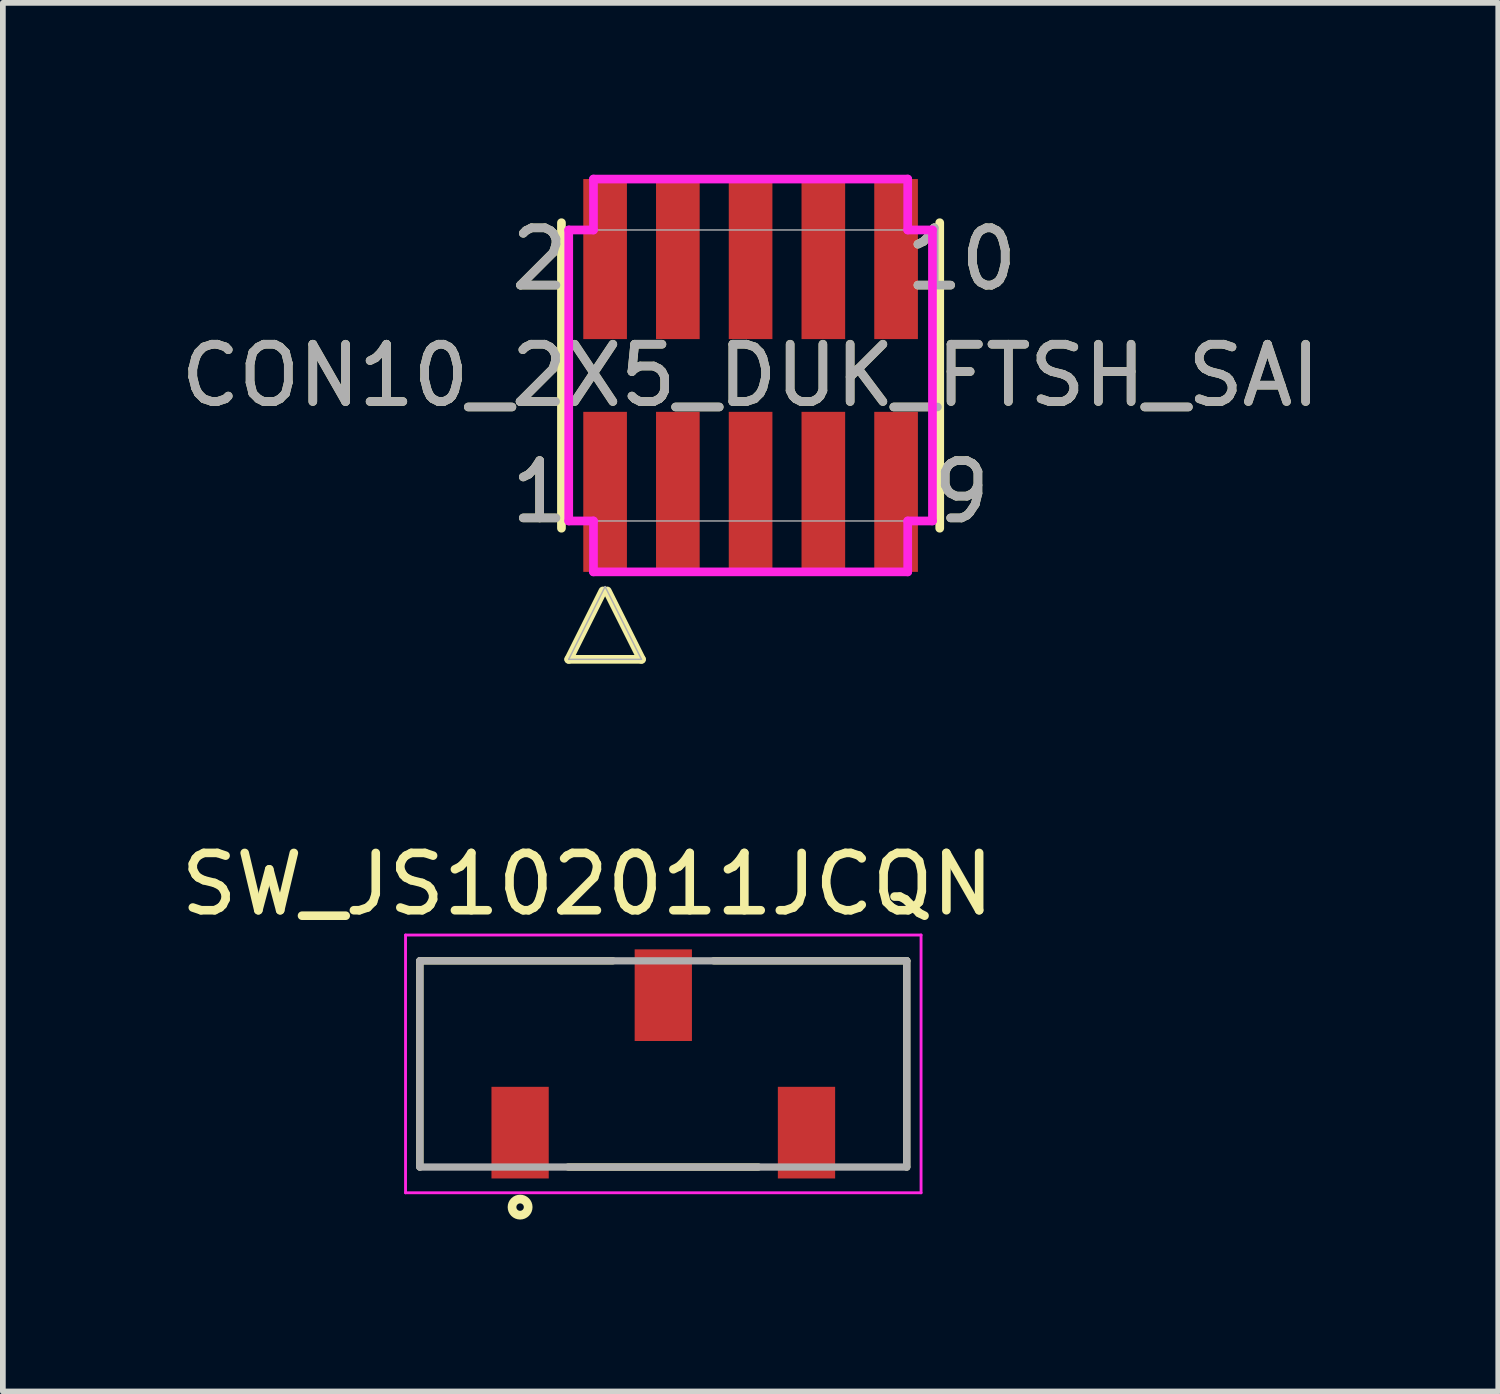
<source format=kicad_pcb>
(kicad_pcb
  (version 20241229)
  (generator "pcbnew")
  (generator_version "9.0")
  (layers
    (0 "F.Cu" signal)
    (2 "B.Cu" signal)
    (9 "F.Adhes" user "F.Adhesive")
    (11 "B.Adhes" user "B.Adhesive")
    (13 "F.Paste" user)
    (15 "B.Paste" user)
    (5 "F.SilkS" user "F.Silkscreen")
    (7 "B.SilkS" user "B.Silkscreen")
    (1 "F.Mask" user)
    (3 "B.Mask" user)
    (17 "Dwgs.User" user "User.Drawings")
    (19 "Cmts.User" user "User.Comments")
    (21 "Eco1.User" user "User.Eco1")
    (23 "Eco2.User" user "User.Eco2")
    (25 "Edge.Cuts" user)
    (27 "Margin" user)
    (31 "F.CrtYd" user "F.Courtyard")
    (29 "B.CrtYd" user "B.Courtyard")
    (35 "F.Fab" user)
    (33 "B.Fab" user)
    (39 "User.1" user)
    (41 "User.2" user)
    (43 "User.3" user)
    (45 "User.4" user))
  (footprint "SW_JS102011JCQN"
    (layer "F.Cu")
    (at 8.53 15.524)
    (property "Reference" "SW_JS102011JCQN" (at -1.326 -3.138 0) (layer "F.SilkS") (effects (font (size 1.001 1.001) (thickness 0.15))))
    (attr smd)
    (fp_line (start -4.25 -1.8) (end -0.88 -1.8) (stroke (width 0.127) (type solid)) (layer "F.SilkS"))
    (fp_line (start -4.25 1.8) (end -4.25 -1.8) (stroke (width 0.127) (type solid)) (layer "F.SilkS"))
    (fp_line (start 0.88 -1.8) (end 4.25 -1.8) (stroke (width 0.127) (type solid)) (layer "F.SilkS"))
    (fp_line (start 1.66 1.8) (end -1.66 1.8) (stroke (width 0.127) (type solid)) (layer "F.SilkS"))
    (fp_line (start 4.25 -1.8) (end 4.25 1.8) (stroke (width 0.127) (type solid)) (layer "F.SilkS"))
    (fp_circle (center -2.5 2.5) (end -2.359 2.5) (stroke (width 0.152) (type solid)) (fill no) (layer "F.SilkS"))
    (fp_line (start -4.5 -2.25) (end 4.5 -2.25) (stroke (width 0.05) (type solid)) (layer "F.CrtYd"))
    (fp_line (start -4.5 2.25) (end -4.5 -2.25) (stroke (width 0.05) (type solid)) (layer "F.CrtYd"))
    (fp_line (start 4.5 -2.25) (end 4.5 2.25) (stroke (width 0.05) (type solid)) (layer "F.CrtYd"))
    (fp_line (start 4.5 2.25) (end -4.5 2.25) (stroke (width 0.05) (type solid)) (layer "F.CrtYd"))
    (fp_line (start -4.25 -1.8) (end 4.25 -1.8) (stroke (width 0.127) (type solid)) (layer "F.Fab"))
    (fp_line (start -4.25 1.8) (end -4.25 -1.8) (stroke (width 0.127) (type solid)) (layer "F.Fab"))
    (fp_line (start 4.25 -1.8) (end 4.25 1.8) (stroke (width 0.127) (type solid)) (layer "F.Fab"))
    (fp_line (start 4.25 1.8) (end -4.25 1.8) (stroke (width 0.127) (type solid)) (layer "F.Fab"))
    (pad "1" smd rect (at -2.5 1.2 90) (size 1.6 1) (layers "F.Cu" "F.Mask" "F.Paste"))
    (pad "2" smd rect (at 0 -1.2 90) (size 1.6 1) (layers "F.Cu" "F.Mask" "F.Paste"))
    (pad "3" smd rect (at 2.5 1.2 90) (size 1.6 1) (layers "F.Cu" "F.Mask" "F.Paste")))
  (footprint "CON10_2X5_DUK_FTSH_SAI"
    (layer "F.Cu")
    (at 10.054 3.505)
    (property "Reference" "CON10_2X5_DUK_FTSH_SAI" (at 0 0 0) (unlocked yes) (layer "F.SilkS") (effects (font (size 1 1) (thickness 0.15))))
    (attr smd)
    (fp_line (start -3.302 -2.667) (end -3.302 2.667) (stroke (width 0.152) (type solid)) (layer "F.SilkS"))
    (fp_line (start -3.175 4.956) (end -2.578 3.762) (stroke (width 0.152) (type solid)) (layer "F.SilkS"))
    (fp_line (start -2.502 3.762) (end -1.905 4.956) (stroke (width 0.152) (type solid)) (layer "F.SilkS"))
    (fp_line (start -1.905 4.956) (end -3.175 4.956) (stroke (width 0.152) (type solid)) (layer "F.SilkS"))
    (fp_line (start 3.302 2.667) (end 3.302 -2.667) (stroke (width 0.152) (type solid)) (layer "F.SilkS"))
    (fp_line (start -3.175 -2.54) (end -2.743 -2.54) (stroke (width 0.152) (type solid)) (layer "F.CrtYd"))
    (fp_line (start -3.175 2.54) (end -3.175 -2.54) (stroke (width 0.152) (type solid)) (layer "F.CrtYd"))
    (fp_line (start -2.743 -2.54) (end -2.743 -3.429) (stroke (width 0.152) (type solid)) (layer "F.CrtYd"))
    (fp_line (start -2.743 2.54) (end -3.175 2.54) (stroke (width 0.152) (type solid)) (layer "F.CrtYd"))
    (fp_line (start -2.743 3.429) (end -2.743 2.54) (stroke (width 0.152) (type solid)) (layer "F.CrtYd"))
    (fp_line (start -2.743 3.429) (end 2.743 3.429) (stroke (width 0.152) (type solid)) (layer "F.CrtYd"))
    (fp_line (start 2.743 -3.429) (end -2.743 -3.429) (stroke (width 0.152) (type solid)) (layer "F.CrtYd"))
    (fp_line (start 2.743 -3.429) (end 2.743 -2.54) (stroke (width 0.152) (type solid)) (layer "F.CrtYd"))
    (fp_line (start 2.743 -2.54) (end 3.175 -2.54) (stroke (width 0.152) (type solid)) (layer "F.CrtYd"))
    (fp_line (start 2.743 2.54) (end 2.743 3.429) (stroke (width 0.152) (type solid)) (layer "F.CrtYd"))
    (fp_line (start 3.175 -2.54) (end 3.175 2.54) (stroke (width 0.152) (type solid)) (layer "F.CrtYd"))
    (fp_line (start 3.175 2.54) (end 2.743 2.54) (stroke (width 0.152) (type solid)) (layer "F.CrtYd"))
    (fp_line (start -3.175 -2.54) (end -3.175 2.54) (stroke (width 0.025) (type solid)) (layer "F.Fab"))
    (fp_line (start -3.175 2.54) (end 3.175 2.54) (stroke (width 0.025) (type solid)) (layer "F.Fab"))
    (fp_line (start -3.175 4.956) (end -2.54 3.686) (stroke (width 0.025) (type solid)) (layer "F.Fab"))
    (fp_line (start -2.54 3.686) (end -1.905 4.956) (stroke (width 0.025) (type solid)) (layer "F.Fab"))
    (fp_line (start -1.905 4.956) (end -3.175 4.956) (stroke (width 0.025) (type solid)) (layer "F.Fab"))
    (fp_line (start 3.175 -2.54) (end -3.175 -2.54) (stroke (width 0.025) (type solid)) (layer "F.Fab"))
    (fp_line (start 3.175 2.54) (end 3.175 -2.54) (stroke (width 0.025) (type solid)) (layer "F.Fab"))
    (fp_text user "1" (at -3.683 2.032 0) (unlocked yes) (layer "F.SilkS") (effects (font (size 1 1) (thickness 0.15))))
    (fp_text user "10" (at 3.683 -2.032 0) (unlocked yes) (layer "F.SilkS") (effects (font (size 1 1) (thickness 0.15))))
    (fp_text user "2" (at -3.683 -2.032 0) (unlocked yes) (layer "F.SilkS") (effects (font (size 1 1) (thickness 0.15))))
    (fp_text user "9" (at 3.683 2.032 0) (unlocked yes) (layer "F.SilkS") (effects (font (size 1 1) (thickness 0.15))))
    (fp_text user "1" (at -3.683 2.032 0) (unlocked yes) (layer "F.Fab") (effects (font (size 1 1) (thickness 0.15))))
    (fp_text user "${REFERENCE}" (at 0 0 0) (unlocked yes) (layer "F.Fab") (effects (font (size 1 1) (thickness 0.15))))
    (fp_text user "10" (at 3.683 -2.032 0) (unlocked yes) (layer "F.Fab") (effects (font (size 1 1) (thickness 0.15))))
    (fp_text user "2" (at -3.683 -2.032 0) (unlocked yes) (layer "F.Fab") (effects (font (size 1 1) (thickness 0.15))))
    (fp_text user "9" (at 3.683 2.032 0) (unlocked yes) (layer "F.Fab") (effects (font (size 1 1) (thickness 0.15))))
    (pad "1" smd rect (at -2.54 2.032) (size 0.762 2.794) (layers "F.Cu" "F.Mask" "F.Paste"))
    (pad "2" smd rect (at -2.54 -2.032) (size 0.762 2.794) (layers "F.Cu" "F.Mask" "F.Paste"))
    (pad "3" smd rect (at -1.27 2.032) (size 0.762 2.794) (layers "F.Cu" "F.Mask" "F.Paste"))
    (pad "4" smd rect (at -1.27 -2.032) (size 0.762 2.794) (layers "F.Cu" "F.Mask" "F.Paste"))
    (pad "5" smd rect (at 0 2.032) (size 0.762 2.794) (layers "F.Cu" "F.Mask" "F.Paste"))
    (pad "6" smd rect (at 0 -2.032) (size 0.762 2.794) (layers "F.Cu" "F.Mask" "F.Paste"))
    (pad "7" smd rect (at 1.27 2.032) (size 0.762 2.794) (layers "F.Cu" "F.Mask" "F.Paste"))
    (pad "8" smd rect (at 1.27 -2.032) (size 0.762 2.794) (layers "F.Cu" "F.Mask" "F.Paste"))
    (pad "9" smd rect (at 2.54 2.032) (size 0.762 2.794) (layers "F.Cu" "F.Mask" "F.Paste"))
    (pad "10" smd rect (at 2.54 -2.032) (size 0.762 2.794) (layers "F.Cu" "F.Mask" "F.Paste")))
  (gr_rect
    (start -3 -3)
    (end 23.107 21.242)
    (stroke (width 0.1) (type default))
    (fill no)
    (layer "Edge.Cuts")))
</source>
